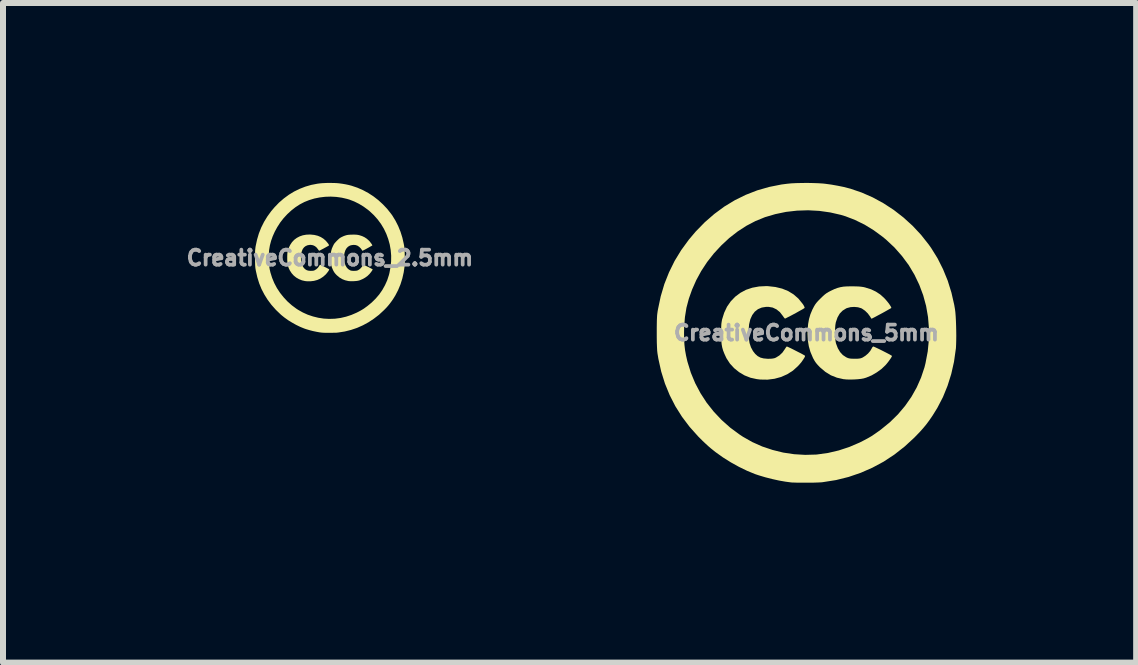
<source format=kicad_pcb>
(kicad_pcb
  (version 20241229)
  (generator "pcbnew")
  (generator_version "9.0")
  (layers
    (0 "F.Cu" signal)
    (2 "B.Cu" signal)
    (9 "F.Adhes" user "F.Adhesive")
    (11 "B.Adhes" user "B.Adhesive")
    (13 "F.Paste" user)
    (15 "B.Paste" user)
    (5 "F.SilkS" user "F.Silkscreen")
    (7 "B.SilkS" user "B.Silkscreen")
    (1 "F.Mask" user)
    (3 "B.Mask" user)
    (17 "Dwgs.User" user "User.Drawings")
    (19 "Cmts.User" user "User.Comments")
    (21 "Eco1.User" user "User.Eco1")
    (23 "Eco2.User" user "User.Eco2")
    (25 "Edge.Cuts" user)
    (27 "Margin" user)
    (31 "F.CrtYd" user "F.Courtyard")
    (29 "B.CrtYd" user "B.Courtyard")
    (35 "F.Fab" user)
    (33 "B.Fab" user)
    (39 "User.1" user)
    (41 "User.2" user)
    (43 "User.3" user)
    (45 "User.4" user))
  (footprint "CreativeCommons_5mm"
    (layer "F.Cu")
    (at 10.395 2.5)
    (property "Reference" "CreativeCommons_5mm" (at 0 0 0) (layer "F.Fab") (effects (font (size 0.25 0.25) (thickness 0.3))))
    (attr board_only exclude_from_pos_files exclude_from_bom)
    (fp_poly (pts (xy -0.641 -0.779) (xy -0.517 -0.765) (xy -0.405 -0.738) (xy -0.304 -0.697) (xy -0.213 -0.641) (xy -0.133 -0.571) (xy -0.064 -0.486) (xy -0.05 -0.466) (xy -0.037 -0.442) (xy -0.03 -0.423) (xy -0.03 -0.416) (xy -0.038 -0.41) (xy -0.06 -0.396) (xy -0.092 -0.378) (xy -0.132 -0.356) (xy -0.176 -0.331) (xy -0.221 -0.307) (xy -0.266 -0.283) (xy -0.306 -0.263) (xy -0.339 -0.246) (xy -0.356 -0.238) (xy -0.364 -0.244) (xy -0.378 -0.261) (xy -0.394 -0.284) (xy -0.442 -0.346) (xy -0.499 -0.392) (xy -0.562 -0.422) (xy -0.632 -0.434) (xy -0.67 -0.434) (xy -0.744 -0.422) (xy -0.808 -0.395) (xy -0.861 -0.353) (xy -0.903 -0.297) (xy -0.935 -0.227) (xy -0.955 -0.142) (xy -0.964 -0.044) (xy -0.965 -0.014) (xy -0.961 0.084) (xy -0.948 0.169) (xy -0.924 0.241) (xy -0.89 0.304) (xy -0.854 0.35) (xy -0.813 0.387) (xy -0.767 0.412) (xy -0.713 0.426) (xy -0.646 0.432) (xy -0.636 0.432) (xy -0.59 0.431) (xy -0.556 0.427) (xy -0.529 0.421) (xy -0.508 0.412) (xy -0.451 0.377) (xy -0.4 0.329) (xy -0.362 0.275) (xy -0.346 0.25) (xy -0.333 0.232) (xy -0.326 0.227) (xy -0.315 0.231) (xy -0.291 0.242) (xy -0.257 0.258) (xy -0.217 0.278) (xy -0.174 0.3) (xy -0.131 0.322) (xy -0.091 0.342) (xy -0.058 0.36) (xy -0.034 0.374) (xy -0.023 0.381) (xy -0.023 0.381) (xy -0.024 0.395) (xy -0.036 0.418) (xy -0.056 0.449) (xy -0.081 0.485) (xy -0.111 0.521) (xy -0.14 0.553) (xy -0.224 0.629) (xy -0.318 0.689) (xy -0.421 0.735) (xy -0.531 0.765) (xy -0.648 0.78) (xy -0.77 0.778) (xy -0.827 0.771) (xy -0.932 0.748) (xy -1.031 0.709) (xy -1.122 0.655) (xy -1.204 0.589) (xy -1.275 0.512) (xy -1.331 0.426) (xy -1.34 0.408) (xy -1.367 0.349) (xy -1.388 0.296) (xy -1.403 0.245) (xy -1.413 0.191) (xy -1.419 0.129) (xy -1.421 0.056) (xy -1.422 0.014) (xy -1.422 -0.053) (xy -1.42 -0.106) (xy -1.418 -0.148) (xy -1.413 -0.184) (xy -1.407 -0.217) (xy -1.406 -0.223) (xy -1.371 -0.335) (xy -1.323 -0.437) (xy -1.261 -0.526) (xy -1.187 -0.603) (xy -1.102 -0.667) (xy -1.007 -0.718) (xy -0.902 -0.753) (xy -0.788 -0.774) (xy -0.667 -0.78)) (stroke (width 0) (type solid)) (fill yes) (layer "F.SilkS"))
    (fp_poly (pts (xy 0.768 -0.776) (xy 0.83 -0.775) (xy 0.878 -0.773) (xy 0.917 -0.769) (xy 0.951 -0.764) (xy 0.985 -0.756) (xy 0.986 -0.755) (xy 1.079 -0.726) (xy 1.158 -0.688) (xy 1.23 -0.641) (xy 1.294 -0.584) (xy 1.321 -0.555) (xy 1.349 -0.522) (xy 1.375 -0.489) (xy 1.396 -0.458) (xy 1.411 -0.433) (xy 1.416 -0.418) (xy 1.416 -0.416) (xy 1.408 -0.41) (xy 1.386 -0.398) (xy 1.355 -0.38) (xy 1.316 -0.358) (xy 1.273 -0.334) (xy 1.228 -0.31) (xy 1.185 -0.287) (xy 1.146 -0.266) (xy 1.115 -0.25) (xy 1.093 -0.239) (xy 1.086 -0.236) (xy 1.08 -0.243) (xy 1.068 -0.262) (xy 1.06 -0.275) (xy 1.024 -0.324) (xy 0.978 -0.369) (xy 0.929 -0.403) (xy 0.914 -0.411) (xy 0.86 -0.427) (xy 0.798 -0.433) (xy 0.735 -0.429) (xy 0.678 -0.414) (xy 0.663 -0.408) (xy 0.604 -0.371) (xy 0.556 -0.322) (xy 0.519 -0.258) (xy 0.492 -0.18) (xy 0.49 -0.173) (xy 0.483 -0.131) (xy 0.479 -0.078) (xy 0.477 -0.019) (xy 0.478 0.043) (xy 0.482 0.1) (xy 0.488 0.149) (xy 0.494 0.177) (xy 0.524 0.256) (xy 0.562 0.32) (xy 0.608 0.37) (xy 0.664 0.407) (xy 0.669 0.409) (xy 0.693 0.42) (xy 0.717 0.426) (xy 0.746 0.43) (xy 0.786 0.431) (xy 0.805 0.431) (xy 0.85 0.431) (xy 0.882 0.428) (xy 0.908 0.423) (xy 0.931 0.414) (xy 0.941 0.409) (xy 0.985 0.381) (xy 1.028 0.344) (xy 1.064 0.302) (xy 1.086 0.265) (xy 1.098 0.242) (xy 1.111 0.229) (xy 1.115 0.227) (xy 1.127 0.231) (xy 1.152 0.242) (xy 1.186 0.258) (xy 1.226 0.277) (xy 1.27 0.299) (xy 1.313 0.321) (xy 1.354 0.342) (xy 1.388 0.36) (xy 1.413 0.375) (xy 1.426 0.383) (xy 1.427 0.385) (xy 1.422 0.398) (xy 1.408 0.422) (xy 1.387 0.452) (xy 1.363 0.485) (xy 1.338 0.516) (xy 1.32 0.537) (xy 1.253 0.601) (xy 1.173 0.659) (xy 1.087 0.709) (xy 0.998 0.746) (xy 0.955 0.759) (xy 0.911 0.767) (xy 0.855 0.773) (xy 0.793 0.777) (xy 0.73 0.778) (xy 0.671 0.777) (xy 0.623 0.772) (xy 0.619 0.772) (xy 0.509 0.747) (xy 0.408 0.707) (xy 0.316 0.65) (xy 0.231 0.578) (xy 0.226 0.574) (xy 0.188 0.534) (xy 0.16 0.501) (xy 0.137 0.467) (xy 0.115 0.428) (xy 0.106 0.409) (xy 0.067 0.317) (xy 0.04 0.222) (xy 0.024 0.122) (xy 0.019 0.012) (xy 0.021 -0.055) (xy 0.029 -0.149) (xy 0.044 -0.232) (xy 0.067 -0.31) (xy 0.1 -0.389) (xy 0.106 -0.4) (xy 0.126 -0.439) (xy 0.145 -0.471) (xy 0.167 -0.501) (xy 0.195 -0.533) (xy 0.234 -0.572) (xy 0.236 -0.574) (xy 0.276 -0.613) (xy 0.309 -0.642) (xy 0.339 -0.664) (xy 0.371 -0.683) (xy 0.41 -0.703) (xy 0.467 -0.73) (xy 0.518 -0.749) (xy 0.567 -0.762) (xy 0.62 -0.771) (xy 0.68 -0.775) (xy 0.753 -0.776)) (stroke (width 0) (type solid)) (fill yes) (layer "F.SilkS"))
    (fp_poly (pts (xy 0.111 -2.498) (xy 0.199 -2.495) (xy 0.276 -2.49) (xy 0.313 -2.486) (xy 0.416 -2.472) (xy 0.523 -2.453) (xy 0.626 -2.432) (xy 0.718 -2.408) (xy 0.731 -2.405) (xy 0.921 -2.34) (xy 1.106 -2.259) (xy 1.284 -2.162) (xy 1.456 -2.05) (xy 1.618 -1.924) (xy 1.771 -1.785) (xy 1.912 -1.634) (xy 2.04 -1.472) (xy 2.081 -1.414) (xy 2.187 -1.243) (xy 2.278 -1.062) (xy 2.356 -0.871) (xy 2.418 -0.672) (xy 2.465 -0.466) (xy 2.478 -0.391) (xy 2.484 -0.341) (xy 2.489 -0.277) (xy 2.493 -0.202) (xy 2.496 -0.12) (xy 2.498 -0.035) (xy 2.499 0.048) (xy 2.498 0.128) (xy 2.496 0.198) (xy 2.493 0.257) (xy 2.491 0.27) (xy 2.461 0.482) (xy 2.415 0.686) (xy 2.353 0.883) (xy 2.276 1.072) (xy 2.183 1.251) (xy 2.105 1.377) (xy 2.051 1.456) (xy 1.999 1.526) (xy 1.946 1.59) (xy 1.888 1.655) (xy 1.82 1.725) (xy 1.8 1.746) (xy 1.638 1.895) (xy 1.467 2.029) (xy 1.288 2.147) (xy 1.1 2.248) (xy 0.906 2.333) (xy 0.704 2.402) (xy 0.495 2.454) (xy 0.28 2.488) (xy 0.259 2.491) (xy 0.227 2.493) (xy 0.18 2.495) (xy 0.122 2.497) (xy 0.058 2.498) (xy -0.009 2.498) (xy -0.076 2.498) (xy -0.138 2.498) (xy -0.192 2.496) (xy -0.234 2.495) (xy -0.25 2.494) (xy -0.348 2.481) (xy -0.457 2.462) (xy -0.57 2.437) (xy -0.684 2.408) (xy -0.791 2.376) (xy -0.857 2.354) (xy -0.988 2.3) (xy -1.124 2.234) (xy -1.261 2.158) (xy -1.393 2.075) (xy -1.516 1.987) (xy -1.595 1.924) (xy -1.633 1.891) (xy -1.679 1.849) (xy -1.729 1.802) (xy -1.777 1.754) (xy -1.805 1.726) (xy -1.948 1.566) (xy -2.074 1.399) (xy -2.185 1.223) (xy -2.279 1.039) (xy -2.358 0.846) (xy -2.421 0.644) (xy -2.468 0.432) (xy -2.483 0.341) (xy -2.488 0.297) (xy -2.491 0.236) (xy -2.494 0.157) (xy -2.495 0.06) (xy -2.495 0) (xy -2.04 0) (xy -2.039 0.106) (xy -2.033 0.201) (xy -2.023 0.289) (xy -2.007 0.377) (xy -1.986 0.47) (xy -1.981 0.488) (xy -1.926 0.666) (xy -1.854 0.839) (xy -1.766 1.005) (xy -1.663 1.164) (xy -1.545 1.313) (xy -1.414 1.452) (xy -1.27 1.58) (xy -1.114 1.695) (xy -1.058 1.732) (xy -0.903 1.82) (xy -0.737 1.894) (xy -0.564 1.952) (xy -0.386 1.996) (xy -0.204 2.023) (xy -0.021 2.034) (xy 0.161 2.029) (xy 0.182 2.027) (xy 0.361 2.002) (xy 0.54 1.96) (xy 0.716 1.902) (xy 0.884 1.83) (xy 0.889 1.828) (xy 0.963 1.79) (xy 1.027 1.756) (xy 1.085 1.722) (xy 1.143 1.683) (xy 1.207 1.638) (xy 1.245 1.61) (xy 1.392 1.49) (xy 1.526 1.359) (xy 1.645 1.218) (xy 1.75 1.068) (xy 1.839 0.91) (xy 1.912 0.745) (xy 1.969 0.574) (xy 1.986 0.505) (xy 2.023 0.31) (xy 2.042 0.116) (xy 2.043 -0.075) (xy 2.028 -0.263) (xy 1.996 -0.448) (xy 1.947 -0.628) (xy 1.882 -0.802) (xy 1.802 -0.969) (xy 1.706 -1.13) (xy 1.594 -1.281) (xy 1.468 -1.424) (xy 1.327 -1.556) (xy 1.271 -1.602) (xy 1.124 -1.71) (xy 0.971 -1.804) (xy 0.812 -1.882) (xy 0.652 -1.944) (xy 0.577 -1.967) (xy 0.398 -2.008) (xy 0.214 -2.034) (xy 0.029 -2.044) (xy -0.156 -2.038) (xy -0.34 -2.017) (xy -0.518 -1.98) (xy -0.691 -1.929) (xy -0.85 -1.864) (xy -1.001 -1.785) (xy -1.147 -1.69) (xy -1.288 -1.58) (xy -1.42 -1.457) (xy -1.544 -1.323) (xy -1.656 -1.18) (xy -1.755 -1.029) (xy -1.837 -0.878) (xy -1.906 -0.722) (xy -1.96 -0.57) (xy -2 -0.419) (xy -2.025 -0.264) (xy -2.038 -0.101) (xy -2.04 0) (xy -2.495 0) (xy -2.495 -0.009) (xy -2.495 -0.09) (xy -2.494 -0.156) (xy -2.493 -0.209) (xy -2.491 -0.254) (xy -2.489 -0.292) (xy -2.485 -0.327) (xy -2.48 -0.362) (xy -2.474 -0.395) (xy -2.429 -0.609) (xy -2.368 -0.815) (xy -2.29 -1.011) (xy -2.197 -1.2) (xy -2.087 -1.38) (xy -1.96 -1.554) (xy -1.847 -1.688) (xy -1.695 -1.844) (xy -1.535 -1.983) (xy -1.368 -2.106) (xy -1.193 -2.212) (xy -1.01 -2.302) (xy -0.82 -2.376) (xy -0.621 -2.433) (xy -0.416 -2.474) (xy -0.322 -2.486) (xy -0.252 -2.493) (xy -0.169 -2.497) (xy -0.078 -2.499) (xy 0.017 -2.5)) (stroke (width 0) (type solid)) (fill yes) (layer "F.SilkS")))
  (footprint "CreativeCommons_2.5mm"
    (layer "F.Cu")
    (at 2.45 1.25)
    (property "Reference" "CreativeCommons_2.5mm" (at 0 0 0) (layer "F.Fab") (effects (font (size 0.25 0.25) (thickness 0.3))))
    (attr board_only exclude_from_pos_files exclude_from_bom)
    (fp_poly (pts (xy -0.32 -0.389) (xy -0.259 -0.383) (xy -0.202 -0.369) (xy -0.152 -0.348) (xy -0.107 -0.32) (xy -0.067 -0.285) (xy -0.032 -0.243) (xy -0.025 -0.233) (xy -0.018 -0.221) (xy -0.015 -0.211) (xy -0.015 -0.208) (xy -0.019 -0.205) (xy -0.03 -0.198) (xy -0.046 -0.189) (xy -0.066 -0.178) (xy -0.088 -0.166) (xy -0.111 -0.153) (xy -0.133 -0.142) (xy -0.153 -0.131) (xy -0.169 -0.123) (xy -0.178 -0.119) (xy -0.182 -0.122) (xy -0.189 -0.13) (xy -0.197 -0.142) (xy -0.221 -0.173) (xy -0.249 -0.196) (xy -0.281 -0.211) (xy -0.316 -0.217) (xy -0.335 -0.217) (xy -0.372 -0.211) (xy -0.404 -0.197) (xy -0.43 -0.177) (xy -0.452 -0.149) (xy -0.467 -0.113) (xy -0.478 -0.071) (xy -0.482 -0.022) (xy -0.483 -0.007) (xy -0.481 0.042) (xy -0.474 0.084) (xy -0.462 0.121) (xy -0.445 0.152) (xy -0.427 0.175) (xy -0.406 0.193) (xy -0.383 0.206) (xy -0.356 0.213) (xy -0.323 0.216) (xy -0.318 0.216) (xy -0.295 0.215) (xy -0.278 0.214) (xy -0.264 0.21) (xy -0.254 0.206) (xy -0.226 0.189) (xy -0.2 0.165) (xy -0.181 0.138) (xy -0.173 0.125) (xy -0.167 0.116) (xy -0.163 0.114) (xy -0.157 0.116) (xy -0.145 0.121) (xy -0.128 0.129) (xy -0.108 0.139) (xy -0.087 0.15) (xy -0.065 0.161) (xy -0.045 0.171) (xy -0.029 0.18) (xy -0.017 0.187) (xy -0.012 0.191) (xy -0.012 0.191) (xy -0.012 0.197) (xy -0.018 0.209) (xy -0.028 0.225) (xy -0.041 0.242) (xy -0.056 0.261) (xy -0.07 0.277) (xy -0.112 0.314) (xy -0.159 0.345) (xy -0.21 0.368) (xy -0.266 0.383) (xy -0.324 0.39) (xy -0.385 0.389) (xy -0.414 0.386) (xy -0.466 0.374) (xy -0.515 0.354) (xy -0.561 0.328) (xy -0.602 0.295) (xy -0.637 0.256) (xy -0.665 0.213) (xy -0.67 0.204) (xy -0.684 0.175) (xy -0.694 0.148) (xy -0.701 0.122) (xy -0.706 0.095) (xy -0.709 0.064) (xy -0.711 0.028) (xy -0.711 0.007) (xy -0.711 -0.027) (xy -0.71 -0.053) (xy -0.709 -0.074) (xy -0.707 -0.092) (xy -0.704 -0.109) (xy -0.703 -0.111) (xy -0.686 -0.168) (xy -0.661 -0.218) (xy -0.631 -0.263) (xy -0.594 -0.302) (xy -0.551 -0.334) (xy -0.503 -0.359) (xy -0.451 -0.377) (xy -0.394 -0.387) (xy -0.333 -0.39)) (stroke (width 0) (type solid)) (fill yes) (layer "F.SilkS"))
    (fp_poly (pts (xy 0.384 -0.388) (xy 0.415 -0.388) (xy 0.439 -0.387) (xy 0.458 -0.385) (xy 0.475 -0.382) (xy 0.492 -0.378) (xy 0.493 -0.378) (xy 0.539 -0.363) (xy 0.579 -0.344) (xy 0.615 -0.32) (xy 0.647 -0.292) (xy 0.661 -0.278) (xy 0.674 -0.261) (xy 0.687 -0.244) (xy 0.698 -0.229) (xy 0.705 -0.216) (xy 0.708 -0.209) (xy 0.708 -0.208) (xy 0.704 -0.205) (xy 0.693 -0.199) (xy 0.677 -0.19) (xy 0.658 -0.179) (xy 0.636 -0.167) (xy 0.614 -0.155) (xy 0.592 -0.143) (xy 0.573 -0.133) (xy 0.557 -0.125) (xy 0.547 -0.12) (xy 0.543 -0.118) (xy 0.54 -0.122) (xy 0.534 -0.131) (xy 0.53 -0.138) (xy 0.512 -0.162) (xy 0.489 -0.184) (xy 0.465 -0.201) (xy 0.457 -0.205) (xy 0.43 -0.214) (xy 0.399 -0.217) (xy 0.368 -0.214) (xy 0.339 -0.207) (xy 0.332 -0.204) (xy 0.302 -0.186) (xy 0.278 -0.161) (xy 0.259 -0.129) (xy 0.246 -0.09) (xy 0.245 -0.086) (xy 0.241 -0.066) (xy 0.239 -0.039) (xy 0.239 -0.009) (xy 0.239 0.021) (xy 0.241 0.05) (xy 0.244 0.074) (xy 0.247 0.088) (xy 0.262 0.128) (xy 0.281 0.16) (xy 0.304 0.185) (xy 0.332 0.203) (xy 0.334 0.205) (xy 0.346 0.21) (xy 0.358 0.213) (xy 0.373 0.215) (xy 0.393 0.216) (xy 0.402 0.216) (xy 0.425 0.215) (xy 0.441 0.214) (xy 0.454 0.211) (xy 0.466 0.207) (xy 0.47 0.205) (xy 0.492 0.191) (xy 0.514 0.172) (xy 0.532 0.151) (xy 0.543 0.133) (xy 0.549 0.121) (xy 0.555 0.114) (xy 0.557 0.114) (xy 0.564 0.116) (xy 0.576 0.121) (xy 0.593 0.129) (xy 0.613 0.139) (xy 0.635 0.149) (xy 0.657 0.16) (xy 0.677 0.171) (xy 0.694 0.18) (xy 0.707 0.187) (xy 0.713 0.192) (xy 0.714 0.192) (xy 0.711 0.199) (xy 0.704 0.211) (xy 0.694 0.226) (xy 0.682 0.242) (xy 0.669 0.258) (xy 0.66 0.269) (xy 0.627 0.301) (xy 0.587 0.33) (xy 0.543 0.354) (xy 0.499 0.373) (xy 0.477 0.379) (xy 0.456 0.383) (xy 0.428 0.386) (xy 0.397 0.388) (xy 0.365 0.389) (xy 0.335 0.388) (xy 0.311 0.386) (xy 0.309 0.386) (xy 0.254 0.373) (xy 0.204 0.353) (xy 0.158 0.325) (xy 0.115 0.289) (xy 0.113 0.287) (xy 0.094 0.267) (xy 0.08 0.25) (xy 0.069 0.234) (xy 0.058 0.214) (xy 0.053 0.205) (xy 0.033 0.158) (xy 0.02 0.111) (xy 0.012 0.061) (xy 0.01 0.006) (xy 0.011 -0.027) (xy 0.014 -0.074) (xy 0.022 -0.116) (xy 0.033 -0.155) (xy 0.05 -0.194) (xy 0.053 -0.2) (xy 0.063 -0.22) (xy 0.072 -0.236) (xy 0.084 -0.25) (xy 0.098 -0.266) (xy 0.117 -0.286) (xy 0.118 -0.287) (xy 0.138 -0.306) (xy 0.154 -0.321) (xy 0.169 -0.332) (xy 0.185 -0.342) (xy 0.205 -0.352) (xy 0.233 -0.365) (xy 0.259 -0.374) (xy 0.284 -0.381) (xy 0.31 -0.385) (xy 0.34 -0.387) (xy 0.376 -0.388)) (stroke (width 0) (type solid)) (fill yes) (layer "F.SilkS"))
    (fp_poly (pts (xy 0.055 -1.249) (xy 0.099 -1.248) (xy 0.138 -1.245) (xy 0.157 -1.243) (xy 0.208 -1.236) (xy 0.261 -1.227) (xy 0.313 -1.216) (xy 0.359 -1.204) (xy 0.365 -1.202) (xy 0.46 -1.17) (xy 0.553 -1.129) (xy 0.642 -1.081) (xy 0.728 -1.025) (xy 0.809 -0.962) (xy 0.885 -0.892) (xy 0.956 -0.817) (xy 1.02 -0.736) (xy 1.041 -0.707) (xy 1.093 -0.622) (xy 1.139 -0.531) (xy 1.178 -0.435) (xy 1.209 -0.336) (xy 1.232 -0.233) (xy 1.239 -0.195) (xy 1.242 -0.17) (xy 1.245 -0.138) (xy 1.247 -0.101) (xy 1.248 -0.06) (xy 1.249 -0.018) (xy 1.249 0.024) (xy 1.249 0.064) (xy 1.248 0.099) (xy 1.246 0.128) (xy 1.246 0.135) (xy 1.231 0.241) (xy 1.208 0.343) (xy 1.177 0.442) (xy 1.138 0.536) (xy 1.092 0.625) (xy 1.053 0.688) (xy 1.025 0.728) (xy 0.999 0.763) (xy 0.973 0.795) (xy 0.944 0.828) (xy 0.91 0.863) (xy 0.9 0.873) (xy 0.819 0.948) (xy 0.733 1.014) (xy 0.644 1.073) (xy 0.55 1.124) (xy 0.453 1.167) (xy 0.352 1.201) (xy 0.248 1.227) (xy 0.14 1.244) (xy 0.13 1.245) (xy 0.113 1.247) (xy 0.09 1.248) (xy 0.061 1.248) (xy 0.029 1.249) (xy -0.005 1.249) (xy -0.038 1.249) (xy -0.069 1.249) (xy -0.096 1.248) (xy -0.117 1.247) (xy -0.125 1.247) (xy -0.174 1.241) (xy -0.228 1.231) (xy -0.285 1.219) (xy -0.342 1.204) (xy -0.396 1.188) (xy -0.428 1.177) (xy -0.494 1.15) (xy -0.562 1.117) (xy -0.63 1.079) (xy -0.697 1.038) (xy -0.758 0.994) (xy -0.798 0.962) (xy -0.817 0.946) (xy -0.84 0.924) (xy -0.864 0.901) (xy -0.889 0.877) (xy -0.903 0.863) (xy -0.974 0.783) (xy -1.037 0.699) (xy -1.092 0.611) (xy -1.14 0.519) (xy -1.179 0.423) (xy -1.21 0.322) (xy -1.234 0.216) (xy -1.242 0.17) (xy -1.244 0.148) (xy -1.246 0.118) (xy -1.247 0.078) (xy -1.248 0.03) (xy -1.248 0) (xy -1.02 0) (xy -1.019 0.053) (xy -1.016 0.1) (xy -1.011 0.144) (xy -1.004 0.188) (xy -0.993 0.235) (xy -0.991 0.244) (xy -0.963 0.333) (xy -0.927 0.42) (xy -0.883 0.503) (xy -0.831 0.582) (xy -0.772 0.656) (xy -0.707 0.726) (xy -0.635 0.79) (xy -0.557 0.848) (xy -0.529 0.866) (xy -0.451 0.91) (xy -0.369 0.947) (xy -0.282 0.976) (xy -0.193 0.998) (xy -0.102 1.012) (xy -0.011 1.017) (xy 0.08 1.014) (xy 0.091 1.013) (xy 0.18 1.001) (xy 0.27 0.98) (xy 0.358 0.951) (xy 0.442 0.915) (xy 0.444 0.914) (xy 0.482 0.895) (xy 0.513 0.878) (xy 0.542 0.861) (xy 0.572 0.842) (xy 0.603 0.819) (xy 0.623 0.805) (xy 0.696 0.745) (xy 0.763 0.679) (xy 0.823 0.609) (xy 0.875 0.534) (xy 0.919 0.455) (xy 0.956 0.373) (xy 0.984 0.287) (xy 0.993 0.252) (xy 1.011 0.155) (xy 1.021 0.058) (xy 1.022 -0.038) (xy 1.014 -0.132) (xy 0.998 -0.224) (xy 0.973 -0.314) (xy 0.941 -0.401) (xy 0.901 -0.485) (xy 0.853 -0.565) (xy 0.797 -0.641) (xy 0.734 -0.712) (xy 0.664 -0.778) (xy 0.636 -0.801) (xy 0.562 -0.855) (xy 0.485 -0.902) (xy 0.406 -0.941) (xy 0.326 -0.972) (xy 0.289 -0.983) (xy 0.199 -1.004) (xy 0.107 -1.017) (xy 0.014 -1.022) (xy -0.078 -1.019) (xy -0.17 -1.008) (xy -0.259 -0.99) (xy -0.345 -0.964) (xy -0.425 -0.932) (xy -0.5 -0.893) (xy -0.574 -0.845) (xy -0.644 -0.79) (xy -0.71 -0.729) (xy -0.772 -0.662) (xy -0.828 -0.59) (xy -0.877 -0.514) (xy -0.918 -0.439) (xy -0.953 -0.361) (xy -0.98 -0.285) (xy -1 -0.209) (xy -1.013 -0.132) (xy -1.019 -0.051) (xy -1.02 0) (xy -1.248 0) (xy -1.248 -0.005) (xy -1.247 -0.045) (xy -1.247 -0.078) (xy -1.247 -0.105) (xy -1.246 -0.127) (xy -1.244 -0.146) (xy -1.242 -0.164) (xy -1.24 -0.181) (xy -1.237 -0.198) (xy -1.214 -0.305) (xy -1.184 -0.407) (xy -1.145 -0.506) (xy -1.098 -0.6) (xy -1.043 -0.69) (xy -0.98 -0.777) (xy -0.923 -0.844) (xy -0.848 -0.922) (xy -0.768 -0.991) (xy -0.684 -1.053) (xy -0.597 -1.106) (xy -0.505 -1.151) (xy -0.41 -1.188) (xy -0.311 -1.217) (xy -0.208 -1.237) (xy -0.161 -1.243) (xy -0.126 -1.246) (xy -0.085 -1.248) (xy -0.039 -1.25) (xy 0.008 -1.25)) (stroke (width 0) (type solid)) (fill yes) (layer "F.SilkS")))
  (gr_rect
    (start -3 -3)
    (end 15.893 7.998)
    (stroke (width 0.1) (type default))
    (fill no)
    (layer "Edge.Cuts")))
</source>
